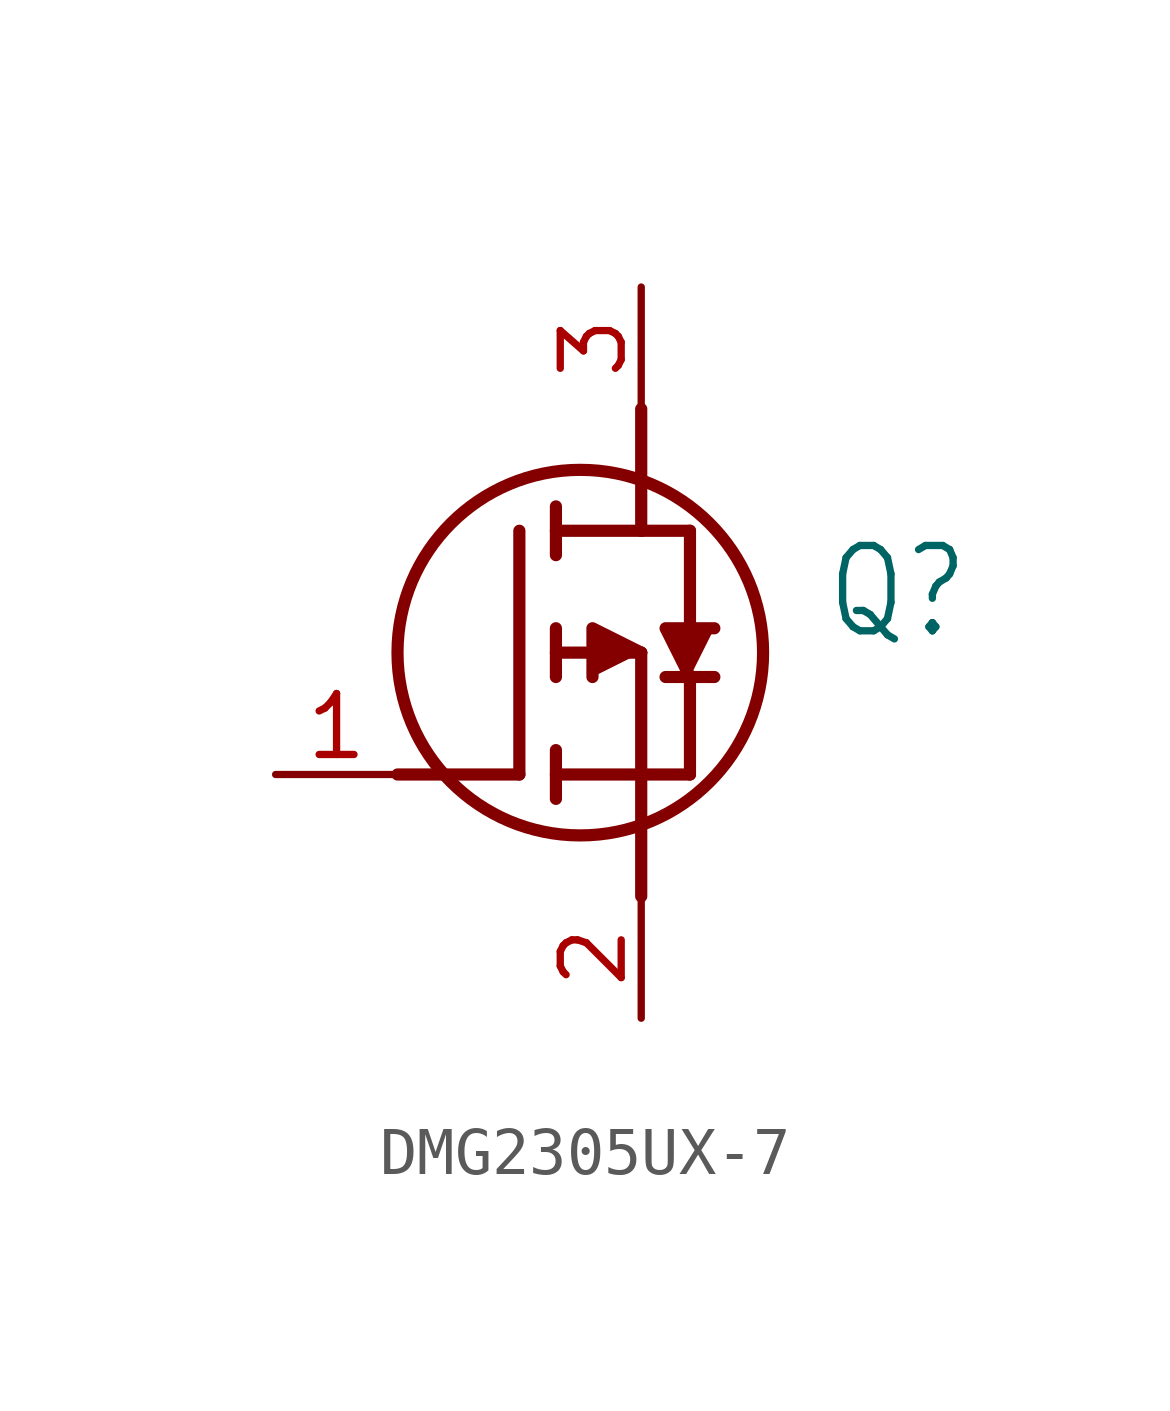
<source format=kicad_sym>
(kicad_symbol_lib
  (version 20220914)
  (generator kicad_symbol_editor)
  (symbol "DMG2305UX-7"
    (property "Reference" "Q"
      (at 11.43 3.81 0)
      (effects (font (size 1.778 1.511)) (justify left)))
    (property "Value" ""
      (at 11.43 1.27 0)
      (effects (font (size 1.778 1.511)) (justify left)))
    (property "ki_locked" ""
      (at 0 0 0)
      (effects (font (size 1.27 1.27))))
    (symbol "DMG2305UX-7_1_0"
      (polyline (pts (xy 2.54 0) (xy 5.08 0)) (stroke (width 0.254) (type solid)) (fill (type none)))
      (polyline (pts (xy 5.08 5.08) (xy 5.08 0)) (stroke (width 0.254) (type solid)) (fill (type none)))
      (polyline (pts (xy 5.842 -0.508) (xy 5.842 0.508)) (stroke (width 0.254) (type solid)) (fill (type none)))
      (polyline (pts (xy 5.842 0) (xy 7.62 0)) (stroke (width 0.254) (type solid)) (fill (type none)))
      (polyline (pts (xy 5.842 2.032) (xy 5.842 3.048)) (stroke (width 0.254) (type solid)) (fill (type none)))
      (polyline (pts (xy 5.842 5.588) (xy 5.842 4.572)) (stroke (width 0.254) (type solid)) (fill (type none)))
      (polyline (pts (xy 7.62 0) (xy 8.636 0)) (stroke (width 0.254) (type solid)) (fill (type none)))
      (polyline (pts (xy 7.62 2.54) (xy 5.842 2.54)) (stroke (width 0.254) (type solid)) (fill (type none)))
      (polyline (pts (xy 7.62 2.54) (xy 7.62 -2.54)) (stroke (width 0.254) (type solid)) (fill (type none)))
      (polyline (pts (xy 7.62 5.08) (xy 5.842 5.08)) (stroke (width 0.254) (type solid)) (fill (type none)))
      (polyline (pts (xy 7.62 5.08) (xy 7.62 7.62)) (stroke (width 0.254) (type solid)) (fill (type none)))
      (polyline (pts (xy 7.62 5.08) (xy 8.636 5.08)) (stroke (width 0.254) (type solid)) (fill (type none)))
      (polyline (pts (xy 8.128 2.032) (xy 9.144 2.032)) (stroke (width 0.254) (type solid)) (fill (type none)))
      (polyline (pts (xy 8.636 2.032) (xy 8.636 0)) (stroke (width 0.254) (type solid)) (fill (type none)))
      (polyline (pts (xy 8.636 3.048) (xy 8.636 5.08)) (stroke (width 0.254) (type solid)) (fill (type none)))
      (polyline (pts (xy 7.62 2.54) (xy 6.604 3.048) (xy 6.604 2.032)) (stroke (width 0.254) (type solid)) (fill (type outline)))
      (polyline (pts (xy 8.636 2.032) (xy 8.128 3.048) (xy 9.144 3.048)) (stroke (width 0.254) (type solid)) (fill (type outline)))
      (circle (center 6.35 2.54) (radius 3.81) (stroke (width 0.254) (type solid)) (fill (type none)))
      (pin bidirectional line (at 0 0 0) (length 2.54) (name "G" (effects (font (size 0 0)))) (number "1" (effects (font (size 1.27 1.27)))))
      (pin bidirectional line (at 7.62 -5.08 90) (length 2.54) (name "S" (effects (font (size 0 0)))) (number "2" (effects (font (size 1.27 1.27)))))
      (pin bidirectional line (at 7.62 10.16 270) (length 2.54) (name "D" (effects (font (size 0 0)))) (number "3" (effects (font (size 1.27 1.27))))))))
</source>
